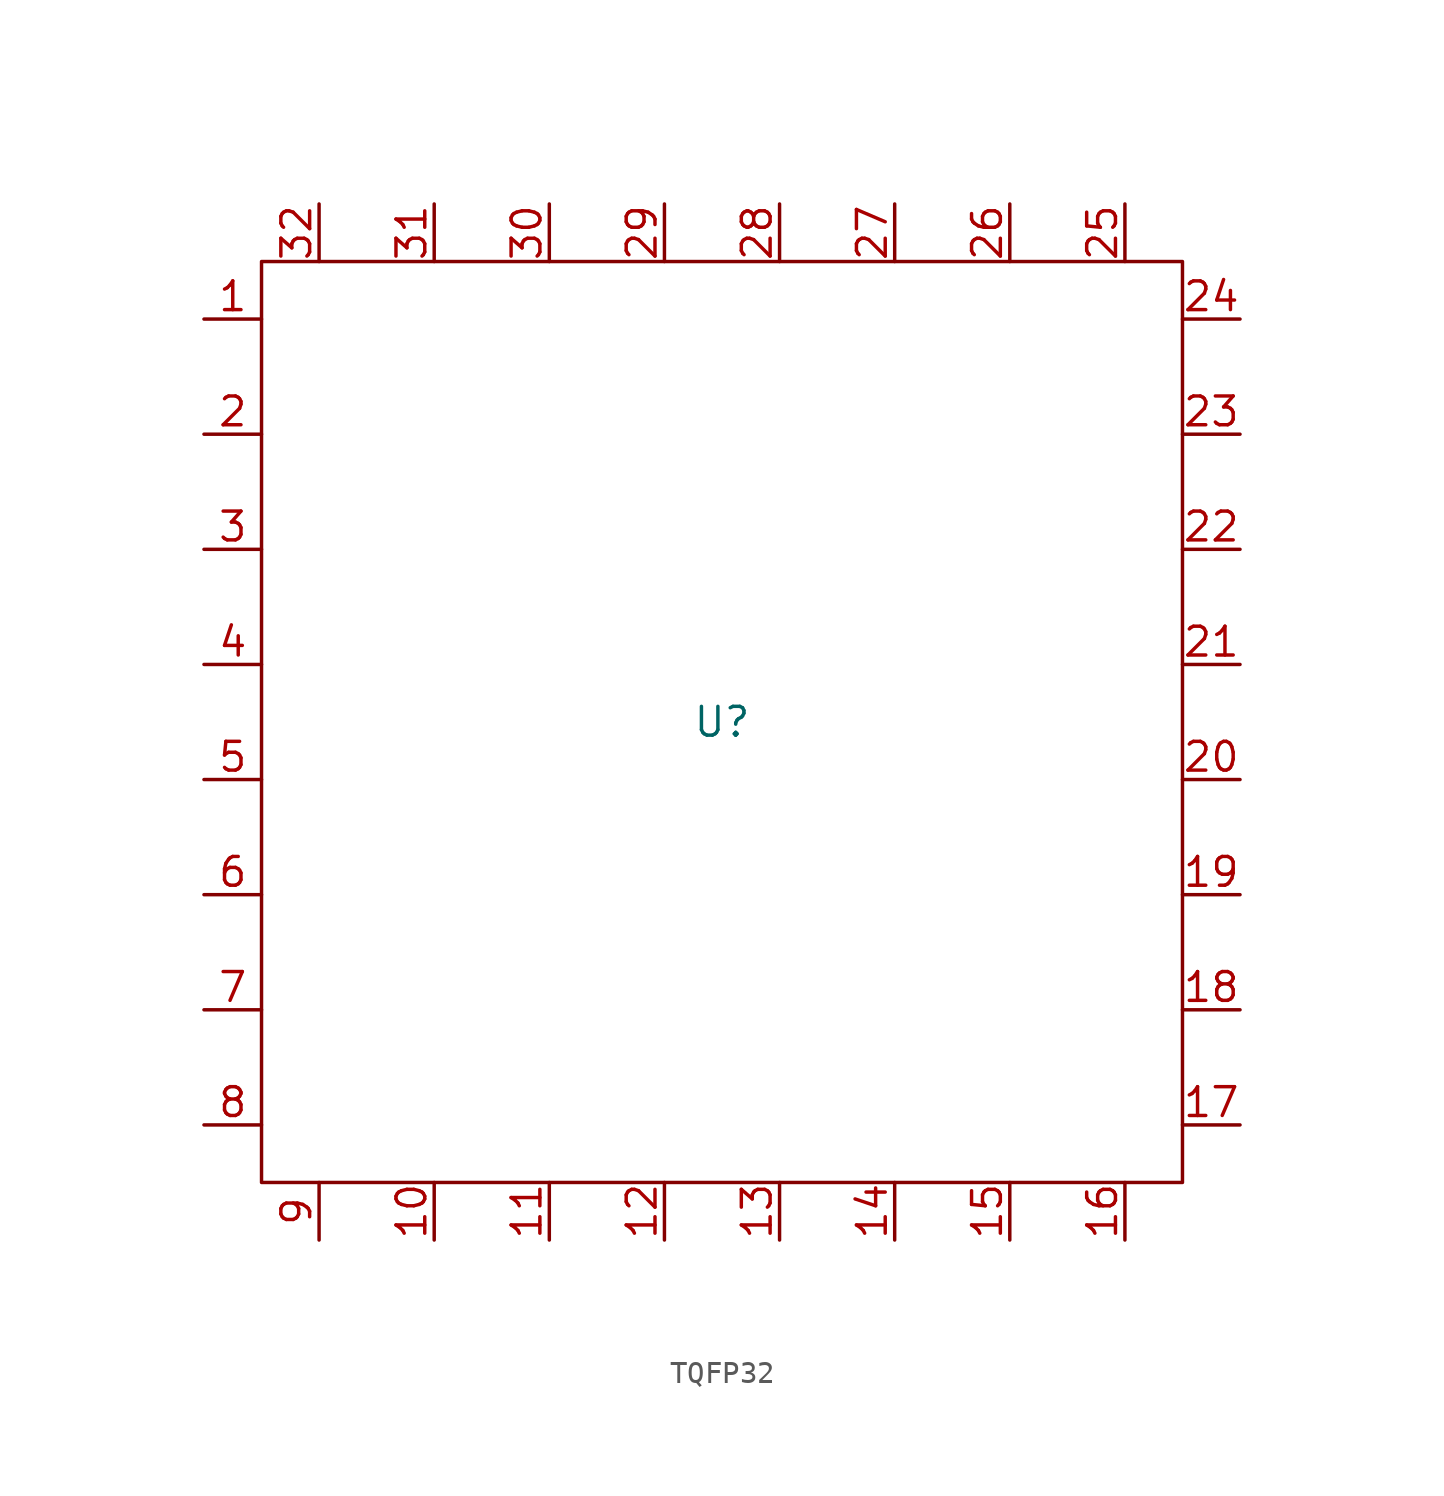
<source format=kicad_sym>
(kicad_symbol_lib
  (version 20220914)
  (generator kicad_symbol_editor)
  (symbol "TQFP32"
    (property "Reference" "U"
      (at 0 0 0)
      (effects (font (size 1.27 1.27))))
    (property "Value" ""
      (at -17.78 0 0)
      (effects (font (size 1.27 1.27))))
    (symbol "TQFP32_0_1"
      (rectangle (start -20.32 20.32) (end 20.32 -20.32) (stroke (width 0) (type default)) (fill (type none))))
    (symbol "TQFP32_1_1"
      (pin passive line (at -22.86 17.78 0) (length 2.54) (name "~" (effects (font (size 1.27 1.27)))) (number "1" (effects (font (size 1.27 1.27)))))
      (pin passive line (at -12.7 -22.86 90) (length 2.54) (name "~" (effects (font (size 1.27 1.27)))) (number "10" (effects (font (size 1.27 1.27)))))
      (pin passive line (at -7.62 -22.86 90) (length 2.54) (name "~" (effects (font (size 1.27 1.27)))) (number "11" (effects (font (size 1.27 1.27)))))
      (pin passive line (at -2.54 -22.86 90) (length 2.54) (name "~" (effects (font (size 1.27 1.27)))) (number "12" (effects (font (size 1.27 1.27)))))
      (pin passive line (at 2.54 -22.86 90) (length 2.54) (name "~" (effects (font (size 1.27 1.27)))) (number "13" (effects (font (size 1.27 1.27)))))
      (pin passive line (at 7.62 -22.86 90) (length 2.54) (name "~" (effects (font (size 1.27 1.27)))) (number "14" (effects (font (size 1.27 1.27)))))
      (pin passive line (at 12.7 -22.86 90) (length 2.54) (name "~" (effects (font (size 1.27 1.27)))) (number "15" (effects (font (size 1.27 1.27)))))
      (pin passive line (at 17.78 -22.86 90) (length 2.54) (name "~" (effects (font (size 1.27 1.27)))) (number "16" (effects (font (size 1.27 1.27)))))
      (pin passive line (at 22.86 -17.78 180) (length 2.54) (name "~" (effects (font (size 1.27 1.27)))) (number "17" (effects (font (size 1.27 1.27)))))
      (pin passive line (at 22.86 -12.7 180) (length 2.54) (name "~" (effects (font (size 1.27 1.27)))) (number "18" (effects (font (size 1.27 1.27)))))
      (pin passive line (at 22.86 -7.62 180) (length 2.54) (name "~" (effects (font (size 1.27 1.27)))) (number "19" (effects (font (size 1.27 1.27)))))
      (pin passive line (at -22.86 12.7 0) (length 2.54) (name "~" (effects (font (size 1.27 1.27)))) (number "2" (effects (font (size 1.27 1.27)))))
      (pin passive line (at 22.86 -2.54 180) (length 2.54) (name "~" (effects (font (size 1.27 1.27)))) (number "20" (effects (font (size 1.27 1.27)))))
      (pin passive line (at 22.86 2.54 180) (length 2.54) (name "~" (effects (font (size 1.27 1.27)))) (number "21" (effects (font (size 1.27 1.27)))))
      (pin passive line (at 22.86 7.62 180) (length 2.54) (name "~" (effects (font (size 1.27 1.27)))) (number "22" (effects (font (size 1.27 1.27)))))
      (pin passive line (at 22.86 12.7 180) (length 2.54) (name "~" (effects (font (size 1.27 1.27)))) (number "23" (effects (font (size 1.27 1.27)))))
      (pin passive line (at 22.86 17.78 180) (length 2.54) (name "~" (effects (font (size 1.27 1.27)))) (number "24" (effects (font (size 1.27 1.27)))))
      (pin passive line (at 17.78 22.86 270) (length 2.54) (name "~" (effects (font (size 1.27 1.27)))) (number "25" (effects (font (size 1.27 1.27)))))
      (pin passive line (at 12.7 22.86 270) (length 2.54) (name "~" (effects (font (size 1.27 1.27)))) (number "26" (effects (font (size 1.27 1.27)))))
      (pin passive line (at 7.62 22.86 270) (length 2.54) (name "~" (effects (font (size 1.27 1.27)))) (number "27" (effects (font (size 1.27 1.27)))))
      (pin passive line (at 2.54 22.86 270) (length 2.54) (name "~" (effects (font (size 1.27 1.27)))) (number "28" (effects (font (size 1.27 1.27)))))
      (pin passive line (at -2.54 22.86 270) (length 2.54) (name "~" (effects (font (size 1.27 1.27)))) (number "29" (effects (font (size 1.27 1.27)))))
      (pin passive line (at -22.86 7.62 0) (length 2.54) (name "~" (effects (font (size 1.27 1.27)))) (number "3" (effects (font (size 1.27 1.27)))))
      (pin passive line (at -7.62 22.86 270) (length 2.54) (name "~" (effects (font (size 1.27 1.27)))) (number "30" (effects (font (size 1.27 1.27)))))
      (pin passive line (at -12.7 22.86 270) (length 2.54) (name "~" (effects (font (size 1.27 1.27)))) (number "31" (effects (font (size 1.27 1.27)))))
      (pin passive line (at -17.78 22.86 270) (length 2.54) (name "~" (effects (font (size 1.27 1.27)))) (number "32" (effects (font (size 1.27 1.27)))))
      (pin passive line (at -22.86 2.54 0) (length 2.54) (name "~" (effects (font (size 1.27 1.27)))) (number "4" (effects (font (size 1.27 1.27)))))
      (pin passive line (at -22.86 -2.54 0) (length 2.54) (name "~" (effects (font (size 1.27 1.27)))) (number "5" (effects (font (size 1.27 1.27)))))
      (pin passive line (at -22.86 -7.62 0) (length 2.54) (name "~" (effects (font (size 1.27 1.27)))) (number "6" (effects (font (size 1.27 1.27)))))
      (pin passive line (at -22.86 -12.7 0) (length 2.54) (name "~" (effects (font (size 1.27 1.27)))) (number "7" (effects (font (size 1.27 1.27)))))
      (pin passive line (at -22.86 -17.78 0) (length 2.54) (name "~" (effects (font (size 1.27 1.27)))) (number "8" (effects (font (size 1.27 1.27)))))
      (pin passive line (at -17.78 -22.86 90) (length 2.54) (name "~" (effects (font (size 1.27 1.27)))) (number "9" (effects (font (size 1.27 1.27))))))))
</source>
